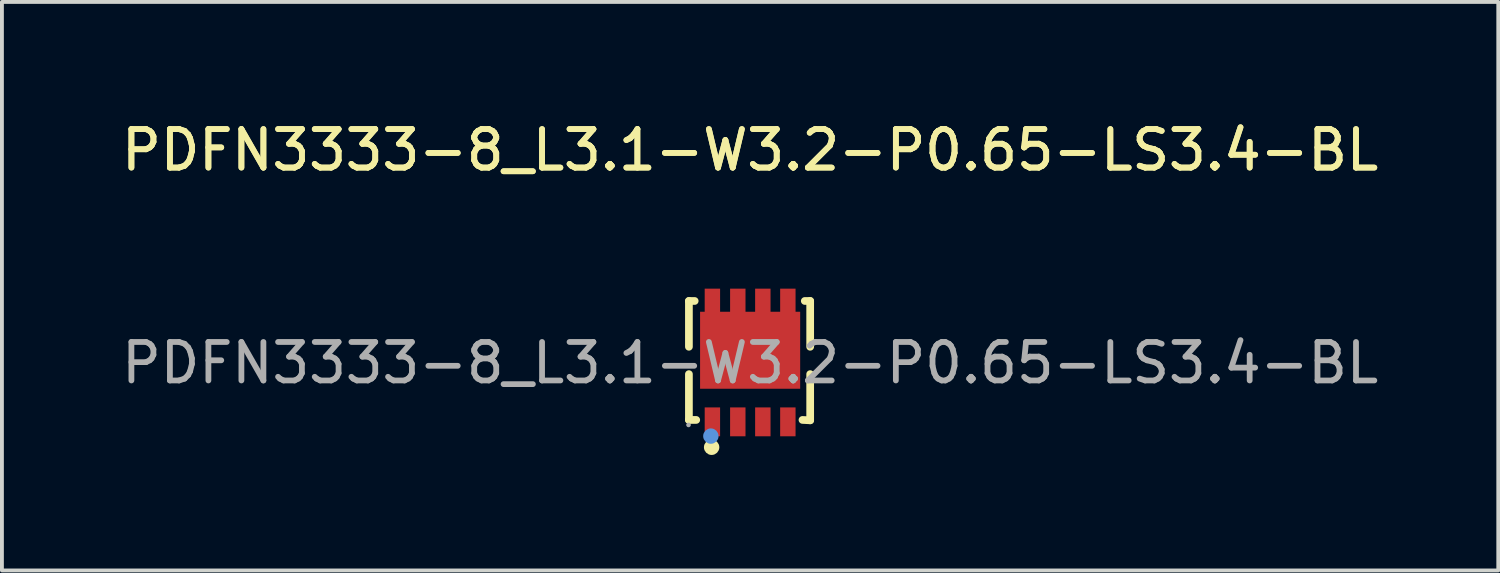
<source format=kicad_pcb>
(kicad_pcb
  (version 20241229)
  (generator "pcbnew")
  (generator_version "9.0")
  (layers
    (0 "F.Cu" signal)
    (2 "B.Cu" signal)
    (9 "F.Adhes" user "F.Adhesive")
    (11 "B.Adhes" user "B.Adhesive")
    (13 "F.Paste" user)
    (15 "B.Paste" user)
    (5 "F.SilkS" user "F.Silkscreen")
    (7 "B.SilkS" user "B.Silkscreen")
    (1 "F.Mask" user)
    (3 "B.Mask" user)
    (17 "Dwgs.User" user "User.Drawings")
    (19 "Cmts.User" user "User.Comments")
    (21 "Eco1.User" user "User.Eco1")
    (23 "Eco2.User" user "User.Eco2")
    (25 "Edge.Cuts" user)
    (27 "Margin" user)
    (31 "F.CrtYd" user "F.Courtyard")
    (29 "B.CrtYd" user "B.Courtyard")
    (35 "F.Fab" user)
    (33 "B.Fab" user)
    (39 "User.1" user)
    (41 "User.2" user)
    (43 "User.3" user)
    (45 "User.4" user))
  (footprint "PDFN3333-8_L3.1-W3.2-P0.65-LS3.4-BL"
    (layer "F.Cu")
    (at 16.435 6.378)
    (property "Reference" "PDFN3333-8_L3.1-W3.2-P0.65-LS3.4-BL" (at 0 -5.53 0) (layer "F.SilkS") (effects (font (size 1 1) (thickness 0.15))))
    (attr smd)
    (fp_line (start -1.59 -1.61) (end -1.44 -1.61) (stroke (width 0.2) (type solid)) (layer "F.SilkS"))
    (fp_line (start -1.59 -0.42) (end -1.59 -1.61) (stroke (width 0.2) (type solid)) (layer "F.SilkS"))
    (fp_line (start -1.59 1.48) (end -1.59 0.29) (stroke (width 0.2) (type solid)) (layer "F.SilkS"))
    (fp_line (start -1.59 1.48) (end -1.4 1.48) (stroke (width 0.2) (type solid)) (layer "F.SilkS"))
    (fp_line (start 1.36 1.48) (end 1.56 1.49) (stroke (width 0.2) (type solid)) (layer "F.SilkS"))
    (fp_line (start 1.42 -1.61) (end 1.56 -1.61) (stroke (width 0.2) (type solid)) (layer "F.SilkS"))
    (fp_line (start 1.56 -1.61) (end 1.56 -0.42) (stroke (width 0.2) (type solid)) (layer "F.SilkS"))
    (fp_line (start 1.56 0.29) (end 1.56 1.49) (stroke (width 0.2) (type solid)) (layer "F.SilkS"))
    (fp_circle (center -1 2.19) (end -0.9 2.19) (stroke (width 0.2) (type solid)) (fill no) (layer "F.SilkS"))
    (fp_circle (center -1.02 1.9) (end -0.92 1.9) (stroke (width 0.2) (type solid)) (fill no) (layer "Cmts.User"))
    (fp_circle (center -1.6 1.61) (end -1.57 1.61) (stroke (width 0.06) (type solid)) (fill no) (layer "F.Fab"))
    (fp_text user "${REFERENCE}" (at 0 -5.53 0) (layer "F.SilkS") (effects (font (size 1 1) (thickness 0.15))))
    (fp_text user "${REFERENCE}" (at 0 0 0) (layer "F.Fab") (effects (font (size 1 1) (thickness 0.15))))
    (pad "1" smd rect (at -0.98 1.53 180) (size 0.4 0.75) (layers "F.Cu" "F.Mask" "F.Paste"))
    (pad "2" smd rect (at -0.32 1.53 180) (size 0.4 0.75) (layers "F.Cu" "F.Mask" "F.Paste"))
    (pad "3" smd rect (at 0.33 1.53 180) (size 0.4 0.75) (layers "F.Cu" "F.Mask" "F.Paste"))
    (pad "4" smd rect (at 0.98 1.53 180) (size 0.4 0.75) (layers "F.Cu" "F.Mask" "F.Paste"))
    (pad "5" smd rect (at 0.98 -1.53 180) (size 0.4 0.8) (layers "F.Cu" "F.Mask" "F.Paste"))
    (pad "6" smd rect (at 0.33 -1.53 180) (size 0.4 0.8) (layers "F.Cu" "F.Mask" "F.Paste"))
    (pad "7" smd rect (at -0.32 -1.53 180) (size 0.4 0.8) (layers "F.Cu" "F.Mask" "F.Paste"))
    (pad "8" smd rect (at -0.98 -1.53 180) (size 0.4 0.8) (layers "F.Cu" "F.Mask" "F.Paste"))
    (pad "9" smd rect (at 0 -0.33) (size 2.6 2) (layers "F.Cu" "F.Mask" "F.Paste")))
  (gr_rect
    (start -3 -3)
    (end 35.869 11.768)
    (stroke (width 0.1) (type default))
    (fill no)
    (layer "Edge.Cuts")))
</source>
